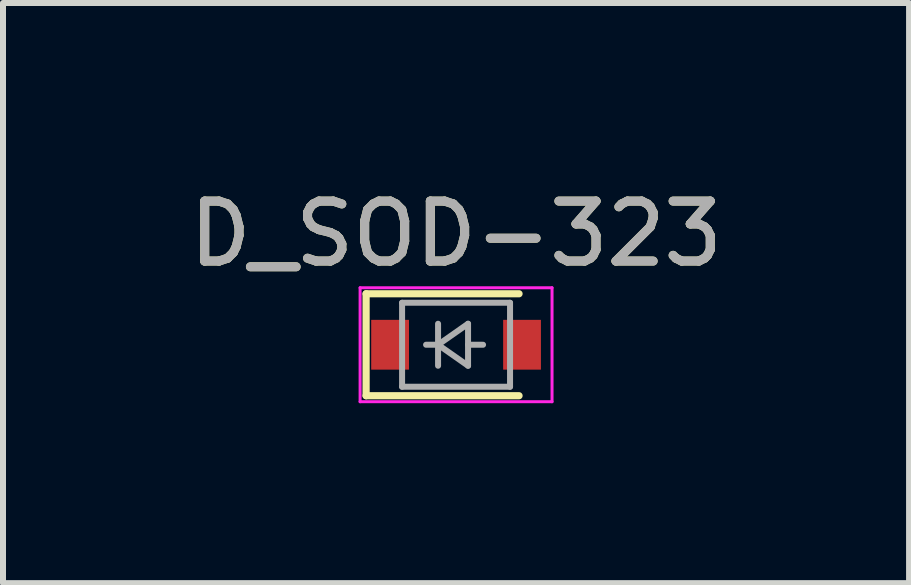
<source format=kicad_pcb>
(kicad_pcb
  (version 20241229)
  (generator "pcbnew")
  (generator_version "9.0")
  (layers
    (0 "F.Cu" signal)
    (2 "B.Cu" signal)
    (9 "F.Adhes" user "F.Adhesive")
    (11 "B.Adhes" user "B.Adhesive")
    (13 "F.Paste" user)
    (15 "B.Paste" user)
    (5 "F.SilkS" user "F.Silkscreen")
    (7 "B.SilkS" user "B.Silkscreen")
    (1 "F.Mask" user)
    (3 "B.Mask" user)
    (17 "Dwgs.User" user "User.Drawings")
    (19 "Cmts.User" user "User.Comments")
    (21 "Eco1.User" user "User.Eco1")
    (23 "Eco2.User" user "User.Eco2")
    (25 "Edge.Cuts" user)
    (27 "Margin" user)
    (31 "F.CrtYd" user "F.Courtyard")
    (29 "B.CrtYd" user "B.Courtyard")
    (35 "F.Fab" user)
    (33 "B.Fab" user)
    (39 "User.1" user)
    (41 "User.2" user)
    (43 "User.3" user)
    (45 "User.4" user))
  (footprint "D_SOD-323"
    (layer "F.Cu")
    (at 4.554 2.698)
    (property "Reference" "D_SOD-323" (at 0 -1.85 0) (layer "F.SilkS") (effects (font (size 1 1) (thickness 0.15))))
    (attr smd)
    (fp_line (start -1.5 -0.85) (end -1.5 0.85) (stroke (width 0.12) (type solid)) (layer "F.SilkS"))
    (fp_line (start -1.5 -0.85) (end 1.05 -0.85) (stroke (width 0.12) (type solid)) (layer "F.SilkS"))
    (fp_line (start -1.5 0.85) (end 1.05 0.85) (stroke (width 0.12) (type solid)) (layer "F.SilkS"))
    (fp_line (start -1.6 -0.95) (end -1.6 0.95) (stroke (width 0.05) (type solid)) (layer "F.CrtYd"))
    (fp_line (start -1.6 -0.95) (end 1.6 -0.95) (stroke (width 0.05) (type solid)) (layer "F.CrtYd"))
    (fp_line (start -1.6 0.95) (end 1.6 0.95) (stroke (width 0.05) (type solid)) (layer "F.CrtYd"))
    (fp_line (start 1.6 -0.95) (end 1.6 0.95) (stroke (width 0.05) (type solid)) (layer "F.CrtYd"))
    (fp_line (start -0.9 -0.7) (end 0.9 -0.7) (stroke (width 0.1) (type solid)) (layer "F.Fab"))
    (fp_line (start -0.9 0.7) (end -0.9 -0.7) (stroke (width 0.1) (type solid)) (layer "F.Fab"))
    (fp_line (start -0.3 -0.35) (end -0.3 0.35) (stroke (width 0.1) (type solid)) (layer "F.Fab"))
    (fp_line (start -0.3 0) (end -0.5 0) (stroke (width 0.1) (type solid)) (layer "F.Fab"))
    (fp_line (start -0.3 0) (end 0.2 -0.35) (stroke (width 0.1) (type solid)) (layer "F.Fab"))
    (fp_line (start 0.2 -0.35) (end 0.2 0.35) (stroke (width 0.1) (type solid)) (layer "F.Fab"))
    (fp_line (start 0.2 0) (end 0.45 0) (stroke (width 0.1) (type solid)) (layer "F.Fab"))
    (fp_line (start 0.2 0.35) (end -0.3 0) (stroke (width 0.1) (type solid)) (layer "F.Fab"))
    (fp_line (start 0.9 -0.7) (end 0.9 0.7) (stroke (width 0.1) (type solid)) (layer "F.Fab"))
    (fp_line (start 0.9 0.7) (end -0.9 0.7) (stroke (width 0.1) (type solid)) (layer "F.Fab"))
    (fp_text user "${REFERENCE}" (at 0 -1.85 0) (layer "F.Fab") (effects (font (size 1 1) (thickness 0.15))))
    (pad "1" smd rect (at -1.1 0) (size 0.63 0.83) (layers "F.Cu" "F.Mask" "F.Paste"))
    (pad "2" smd rect (at 1.1 0) (size 0.63 0.83) (layers "F.Cu" "F.Mask" "F.Paste")))
  (gr_rect
    (start -3 -3)
    (end 12.107 6.673)
    (stroke (width 0.1) (type default))
    (fill no)
    (layer "Edge.Cuts")))
</source>
